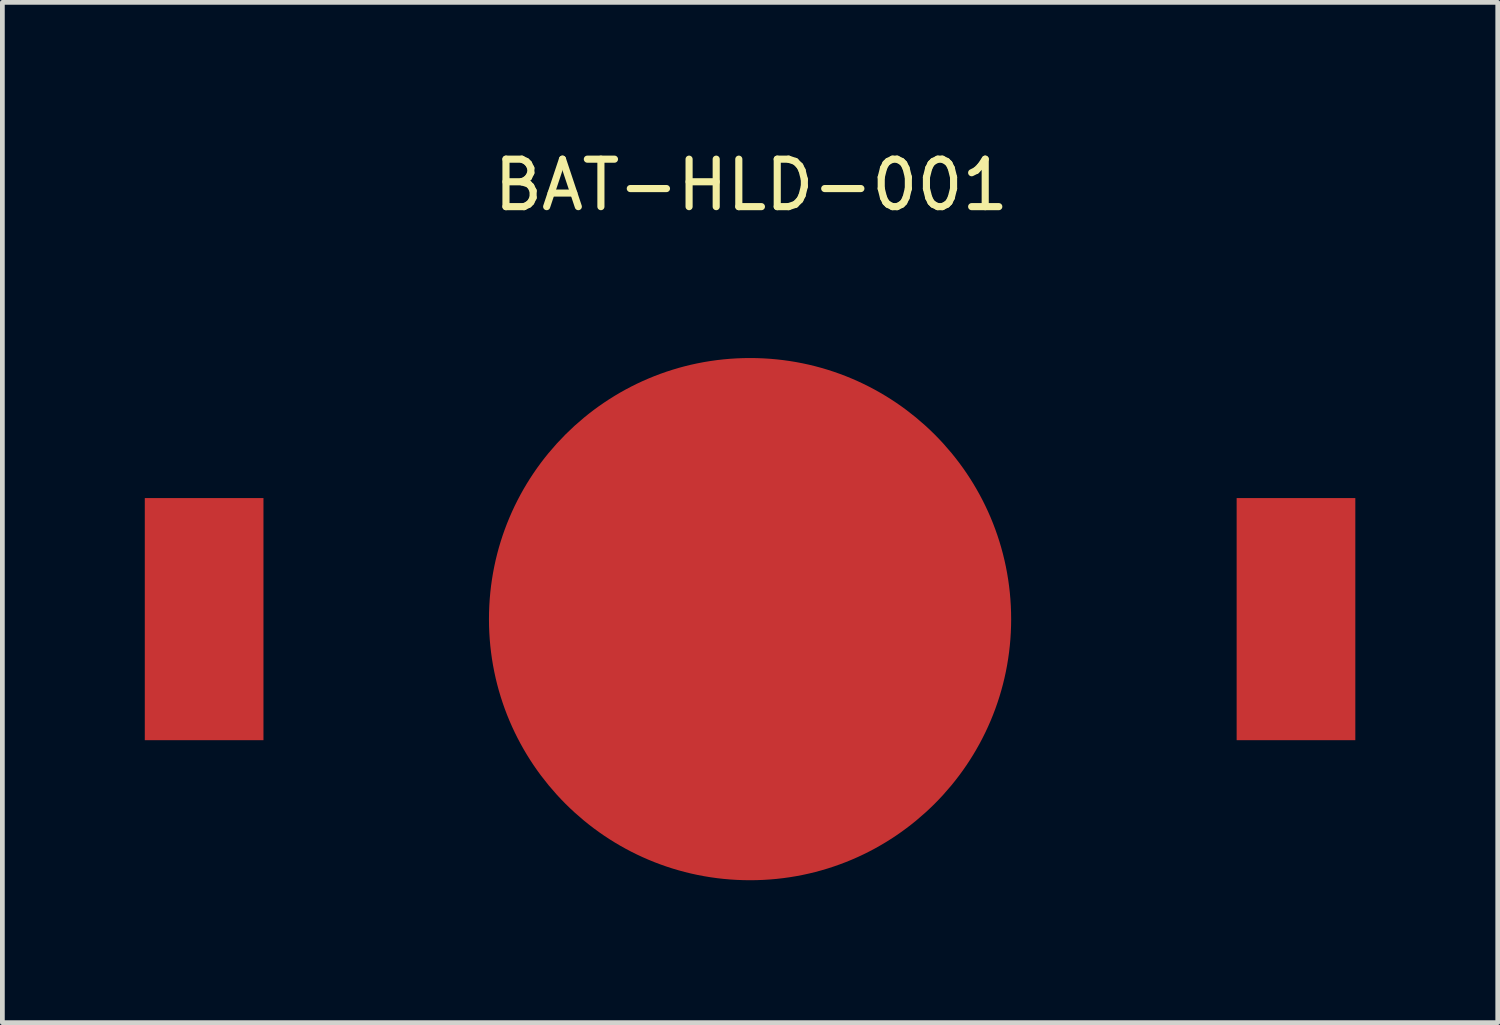
<source format=kicad_pcb>
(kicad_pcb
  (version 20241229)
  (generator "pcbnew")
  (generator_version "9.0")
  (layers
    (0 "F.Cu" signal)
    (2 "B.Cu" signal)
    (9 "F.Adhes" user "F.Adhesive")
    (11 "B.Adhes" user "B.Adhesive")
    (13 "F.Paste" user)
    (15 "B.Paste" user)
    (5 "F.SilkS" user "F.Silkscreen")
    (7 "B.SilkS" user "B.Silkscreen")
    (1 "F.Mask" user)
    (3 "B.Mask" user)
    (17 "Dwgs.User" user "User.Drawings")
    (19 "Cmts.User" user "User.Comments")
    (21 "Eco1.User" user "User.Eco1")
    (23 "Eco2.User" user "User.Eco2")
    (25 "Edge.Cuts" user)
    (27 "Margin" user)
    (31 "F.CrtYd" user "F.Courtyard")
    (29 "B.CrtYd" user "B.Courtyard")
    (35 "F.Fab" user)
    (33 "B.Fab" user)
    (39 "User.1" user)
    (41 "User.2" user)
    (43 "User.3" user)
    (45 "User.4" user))
  (footprint "BAT-HLD-001"
    (layer "F.Cu")
    (at 12.75 9.992)
    (property "Reference" "BAT-HLD-001" (at 0.025 -9.144 0) (layer "F.SilkS") (effects (font (size 1 1) (thickness 0.15))))
    (attr through_hole)
    (pad "1" smd rect (at -11.5 0) (size 2.5 5.1) (layers "F.Cu" "F.Mask" "F.Paste"))
    (pad "1" smd rect (at 11.5 0) (size 2.5 5.1) (layers "F.Cu" "F.Mask" "F.Paste"))
    (pad "2" smd circle (at 0 0) (size 11 11) (layers "F.Cu" "F.Mask" "F.Paste")))
  (gr_rect
    (start -3 -3)
    (end 28.5 18.492)
    (stroke (width 0.1) (type default))
    (fill no)
    (layer "Edge.Cuts")))
</source>
